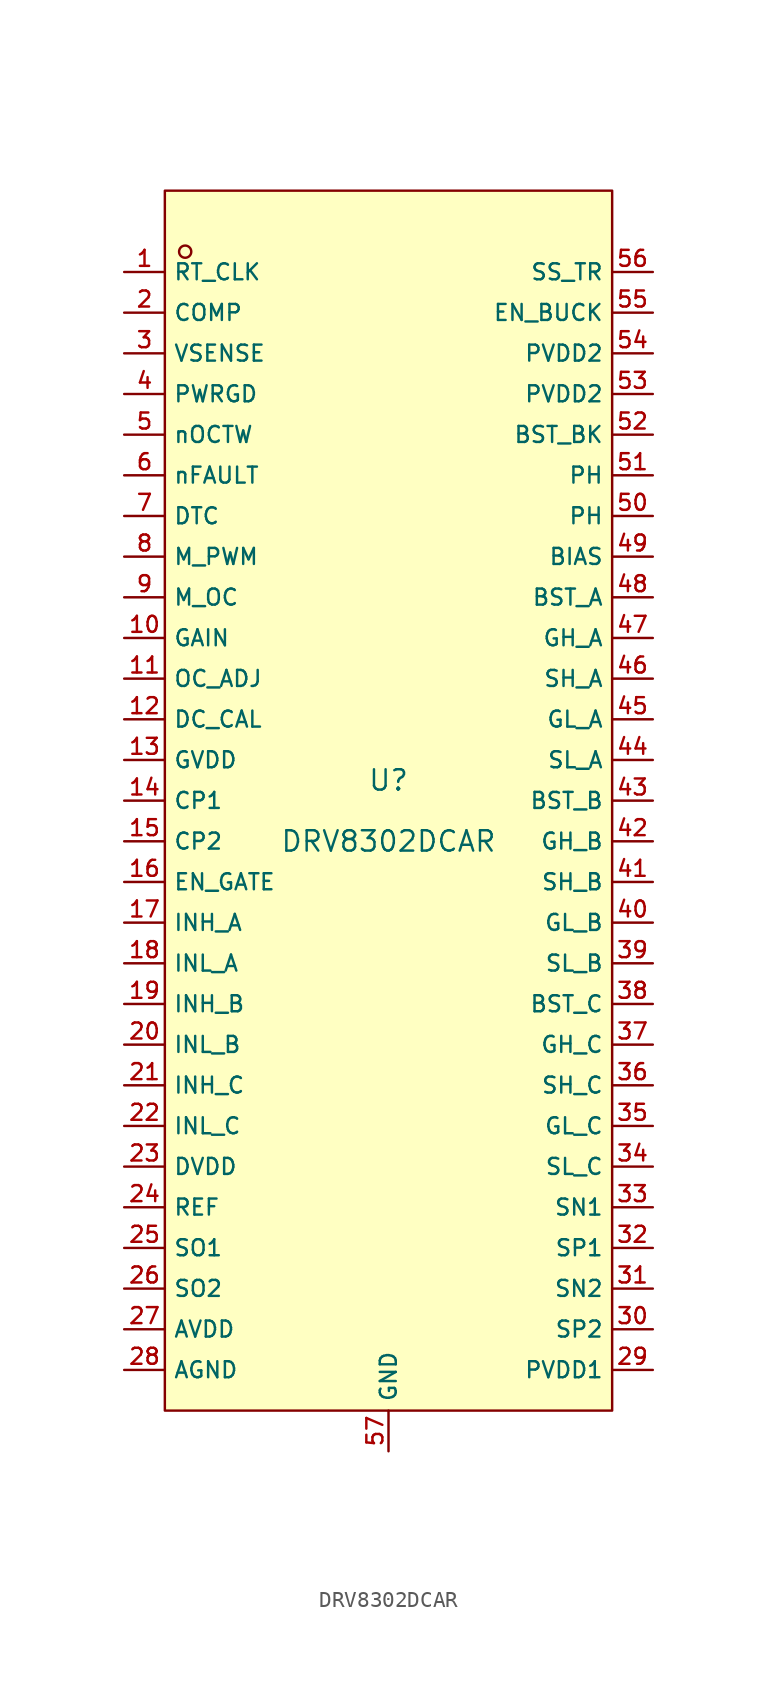
<source format=kicad_sym>
(kicad_symbol_lib
  (version 20220914)
  (generator kicad_symbol_editor)
  (symbol "DRV8302DCAR"
    (property "Reference" "U"
      (at 0 1.27 0)
      (effects (font (size 1.27 1.27))))
    (property "Value" "DRV8302DCAR"
      (at 0 -2.54 0)
      (effects (font (size 1.27 1.27))))
    (symbol "DRV8302DCAR_0_1"
      (rectangle (start -13.97 38.1) (end 13.97 -38.1) (stroke (width 0) (type default)) (fill (type background)))
      (circle (center -12.7 34.29) (radius 0.381) (stroke (width 0) (type default)) (fill (type background)))
      (pin unspecified line (at -16.51 33.02 0) (length 2.54) (name "RT_CLK" (effects (font (size 1 1)))) (number "1" (effects (font (size 1 1)))))
      (pin unspecified line (at -16.51 10.16 0) (length 2.54) (name "GAIN" (effects (font (size 1 1)))) (number "10" (effects (font (size 1 1)))))
      (pin unspecified line (at -16.51 7.62 0) (length 2.54) (name "OC_ADJ" (effects (font (size 1 1)))) (number "11" (effects (font (size 1 1)))))
      (pin unspecified line (at -16.51 5.08 0) (length 2.54) (name "DC_CAL" (effects (font (size 1 1)))) (number "12" (effects (font (size 1 1)))))
      (pin unspecified line (at -16.51 2.54 0) (length 2.54) (name "GVDD" (effects (font (size 1 1)))) (number "13" (effects (font (size 1 1)))))
      (pin unspecified line (at -16.51 0 0) (length 2.54) (name "CP1" (effects (font (size 1 1)))) (number "14" (effects (font (size 1 1)))))
      (pin unspecified line (at -16.51 -2.54 0) (length 2.54) (name "CP2" (effects (font (size 1 1)))) (number "15" (effects (font (size 1 1)))))
      (pin unspecified line (at -16.51 -5.08 0) (length 2.54) (name "EN_GATE" (effects (font (size 1 1)))) (number "16" (effects (font (size 1 1)))))
      (pin unspecified line (at -16.51 -7.62 0) (length 2.54) (name "INH_A" (effects (font (size 1 1)))) (number "17" (effects (font (size 1 1)))))
      (pin unspecified line (at -16.51 -10.16 0) (length 2.54) (name "INL_A" (effects (font (size 1 1)))) (number "18" (effects (font (size 1 1)))))
      (pin unspecified line (at -16.51 -12.7 0) (length 2.54) (name "INH_B" (effects (font (size 1 1)))) (number "19" (effects (font (size 1 1)))))
      (pin unspecified line (at -16.51 30.48 0) (length 2.54) (name "COMP" (effects (font (size 1 1)))) (number "2" (effects (font (size 1 1)))))
      (pin unspecified line (at -16.51 -15.24 0) (length 2.54) (name "INL_B" (effects (font (size 1 1)))) (number "20" (effects (font (size 1 1)))))
      (pin unspecified line (at -16.51 -17.78 0) (length 2.54) (name "INH_C" (effects (font (size 1 1)))) (number "21" (effects (font (size 1 1)))))
      (pin unspecified line (at -16.51 -20.32 0) (length 2.54) (name "INL_C" (effects (font (size 1 1)))) (number "22" (effects (font (size 1 1)))))
      (pin unspecified line (at -16.51 -22.86 0) (length 2.54) (name "DVDD" (effects (font (size 1 1)))) (number "23" (effects (font (size 1 1)))))
      (pin unspecified line (at -16.51 -25.4 0) (length 2.54) (name "REF" (effects (font (size 1 1)))) (number "24" (effects (font (size 1 1)))))
      (pin unspecified line (at -16.51 -27.94 0) (length 2.54) (name "SO1" (effects (font (size 1 1)))) (number "25" (effects (font (size 1 1)))))
      (pin unspecified line (at -16.51 -30.48 0) (length 2.54) (name "SO2" (effects (font (size 1 1)))) (number "26" (effects (font (size 1 1)))))
      (pin unspecified line (at -16.51 -33.02 0) (length 2.54) (name "AVDD" (effects (font (size 1 1)))) (number "27" (effects (font (size 1 1)))))
      (pin unspecified line (at -16.51 -35.56 0) (length 2.54) (name "AGND" (effects (font (size 1 1)))) (number "28" (effects (font (size 1 1)))))
      (pin unspecified line (at 16.51 -35.56 180) (length 2.54) (name "PVDD1" (effects (font (size 1 1)))) (number "29" (effects (font (size 1 1)))))
      (pin unspecified line (at -16.51 27.94 0) (length 2.54) (name "VSENSE" (effects (font (size 1 1)))) (number "3" (effects (font (size 1 1)))))
      (pin unspecified line (at 16.51 -33.02 180) (length 2.54) (name "SP2" (effects (font (size 1 1)))) (number "30" (effects (font (size 1 1)))))
      (pin unspecified line (at 16.51 -30.48 180) (length 2.54) (name "SN2" (effects (font (size 1 1)))) (number "31" (effects (font (size 1 1)))))
      (pin unspecified line (at 16.51 -27.94 180) (length 2.54) (name "SP1" (effects (font (size 1 1)))) (number "32" (effects (font (size 1 1)))))
      (pin unspecified line (at 16.51 -25.4 180) (length 2.54) (name "SN1" (effects (font (size 1 1)))) (number "33" (effects (font (size 1 1)))))
      (pin unspecified line (at 16.51 -22.86 180) (length 2.54) (name "SL_C" (effects (font (size 1 1)))) (number "34" (effects (font (size 1 1)))))
      (pin unspecified line (at 16.51 -20.32 180) (length 2.54) (name "GL_C" (effects (font (size 1 1)))) (number "35" (effects (font (size 1 1)))))
      (pin unspecified line (at 16.51 -17.78 180) (length 2.54) (name "SH_C" (effects (font (size 1 1)))) (number "36" (effects (font (size 1 1)))))
      (pin unspecified line (at 16.51 -15.24 180) (length 2.54) (name "GH_C" (effects (font (size 1 1)))) (number "37" (effects (font (size 1 1)))))
      (pin unspecified line (at 16.51 -12.7 180) (length 2.54) (name "BST_C" (effects (font (size 1 1)))) (number "38" (effects (font (size 1 1)))))
      (pin unspecified line (at 16.51 -10.16 180) (length 2.54) (name "SL_B" (effects (font (size 1 1)))) (number "39" (effects (font (size 1 1)))))
      (pin unspecified line (at -16.51 25.4 0) (length 2.54) (name "PWRGD" (effects (font (size 1 1)))) (number "4" (effects (font (size 1 1)))))
      (pin unspecified line (at 16.51 -7.62 180) (length 2.54) (name "GL_B" (effects (font (size 1 1)))) (number "40" (effects (font (size 1 1)))))
      (pin unspecified line (at 16.51 -5.08 180) (length 2.54) (name "SH_B" (effects (font (size 1 1)))) (number "41" (effects (font (size 1 1)))))
      (pin unspecified line (at 16.51 -2.54 180) (length 2.54) (name "GH_B" (effects (font (size 1 1)))) (number "42" (effects (font (size 1 1)))))
      (pin unspecified line (at 16.51 0 180) (length 2.54) (name "BST_B" (effects (font (size 1 1)))) (number "43" (effects (font (size 1 1)))))
      (pin unspecified line (at 16.51 2.54 180) (length 2.54) (name "SL_A" (effects (font (size 1 1)))) (number "44" (effects (font (size 1 1)))))
      (pin unspecified line (at 16.51 5.08 180) (length 2.54) (name "GL_A" (effects (font (size 1 1)))) (number "45" (effects (font (size 1 1)))))
      (pin unspecified line (at 16.51 7.62 180) (length 2.54) (name "SH_A" (effects (font (size 1 1)))) (number "46" (effects (font (size 1 1)))))
      (pin unspecified line (at 16.51 10.16 180) (length 2.54) (name "GH_A" (effects (font (size 1 1)))) (number "47" (effects (font (size 1 1)))))
      (pin unspecified line (at 16.51 12.7 180) (length 2.54) (name "BST_A" (effects (font (size 1 1)))) (number "48" (effects (font (size 1 1)))))
      (pin unspecified line (at 16.51 15.24 180) (length 2.54) (name "BIAS" (effects (font (size 1 1)))) (number "49" (effects (font (size 1 1)))))
      (pin unspecified line (at -16.51 22.86 0) (length 2.54) (name "nOCTW" (effects (font (size 1 1)))) (number "5" (effects (font (size 1 1)))))
      (pin unspecified line (at 16.51 17.78 180) (length 2.54) (name "PH" (effects (font (size 1 1)))) (number "50" (effects (font (size 1 1)))))
      (pin unspecified line (at 16.51 20.32 180) (length 2.54) (name "PH" (effects (font (size 1 1)))) (number "51" (effects (font (size 1 1)))))
      (pin unspecified line (at 16.51 22.86 180) (length 2.54) (name "BST_BK" (effects (font (size 1 1)))) (number "52" (effects (font (size 1 1)))))
      (pin unspecified line (at 16.51 25.4 180) (length 2.54) (name "PVDD2" (effects (font (size 1 1)))) (number "53" (effects (font (size 1 1)))))
      (pin unspecified line (at 16.51 27.94 180) (length 2.54) (name "PVDD2" (effects (font (size 1 1)))) (number "54" (effects (font (size 1 1)))))
      (pin unspecified line (at 16.51 30.48 180) (length 2.54) (name "EN_BUCK" (effects (font (size 1 1)))) (number "55" (effects (font (size 1 1)))))
      (pin unspecified line (at 16.51 33.02 180) (length 2.54) (name "SS_TR" (effects (font (size 1 1)))) (number "56" (effects (font (size 1 1)))))
      (pin unspecified line (at 0 -40.64 90) (length 2.54) (name "GND" (effects (font (size 1 1)))) (number "57" (effects (font (size 1 1)))))
      (pin unspecified line (at -16.51 20.32 0) (length 2.54) (name "nFAULT" (effects (font (size 1 1)))) (number "6" (effects (font (size 1 1)))))
      (pin unspecified line (at -16.51 17.78 0) (length 2.54) (name "DTC" (effects (font (size 1 1)))) (number "7" (effects (font (size 1 1)))))
      (pin unspecified line (at -16.51 15.24 0) (length 2.54) (name "M_PWM" (effects (font (size 1 1)))) (number "8" (effects (font (size 1 1)))))
      (pin unspecified line (at -16.51 12.7 0) (length 2.54) (name "M_OC" (effects (font (size 1 1)))) (number "9" (effects (font (size 1 1))))))))
</source>
